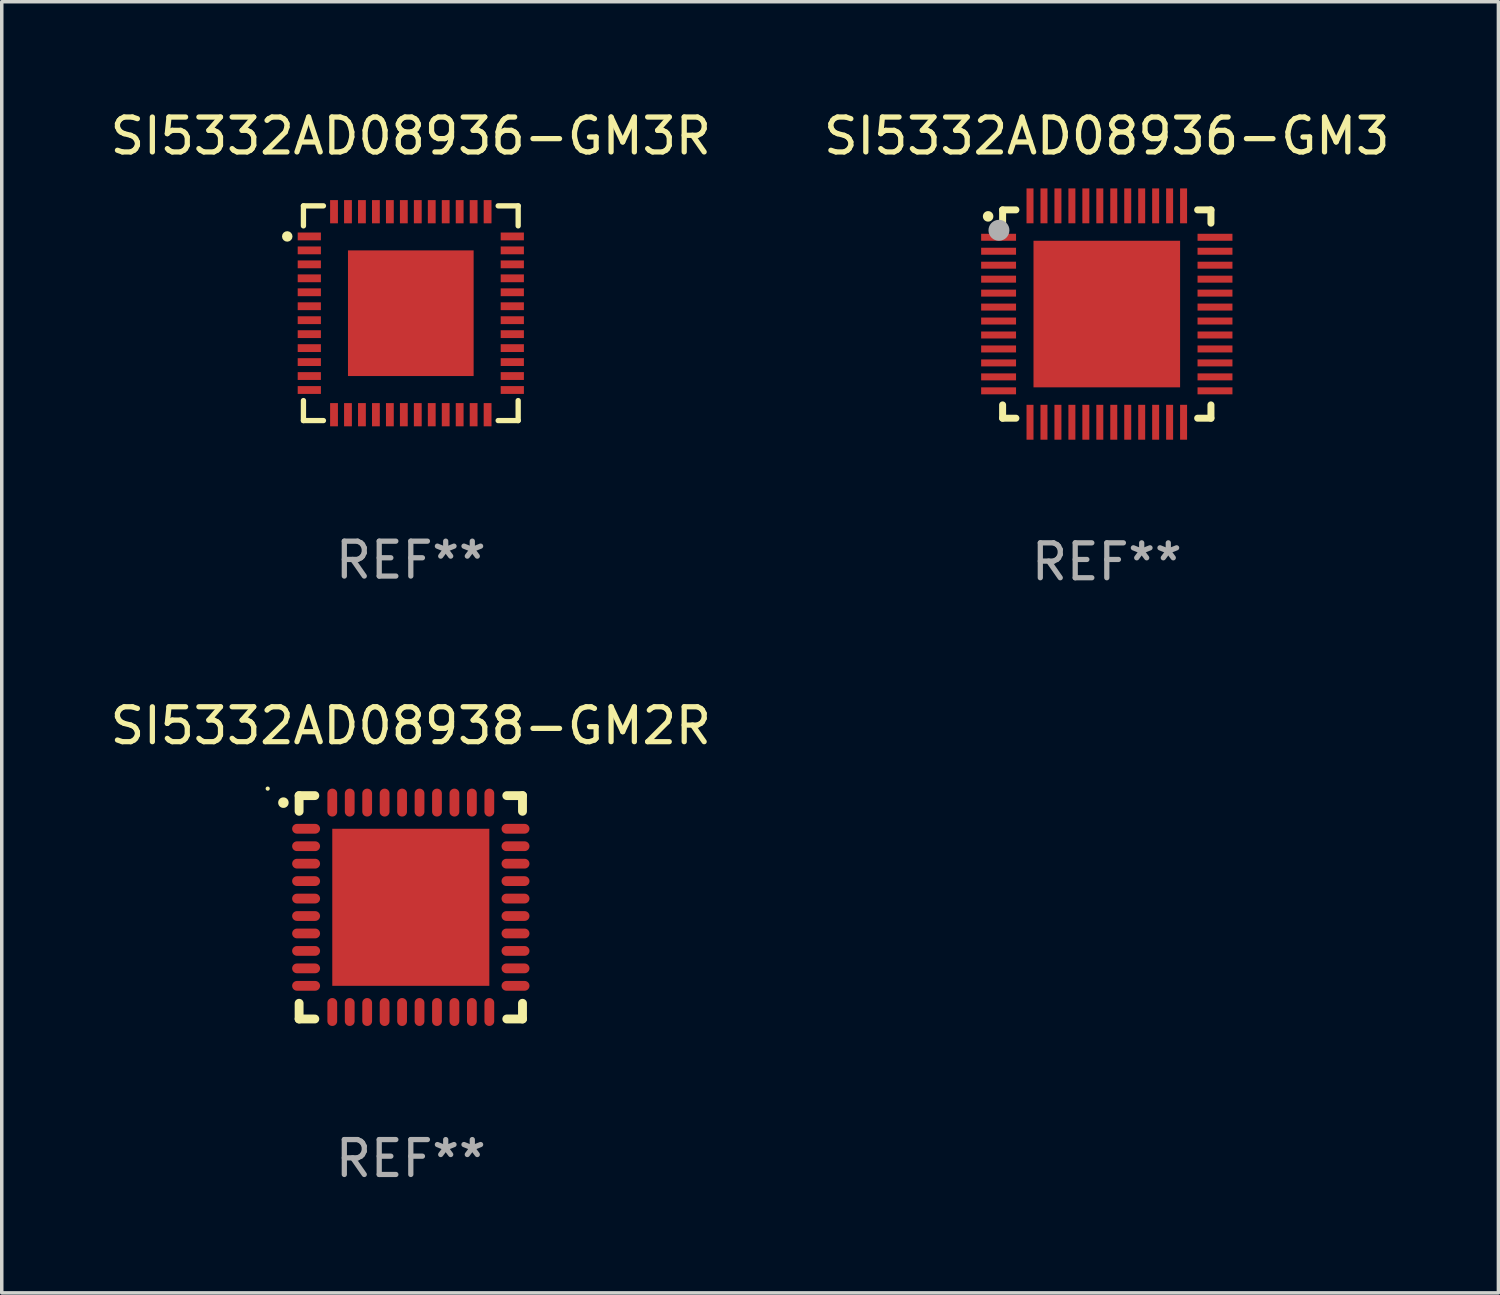
<source format=kicad_pcb>
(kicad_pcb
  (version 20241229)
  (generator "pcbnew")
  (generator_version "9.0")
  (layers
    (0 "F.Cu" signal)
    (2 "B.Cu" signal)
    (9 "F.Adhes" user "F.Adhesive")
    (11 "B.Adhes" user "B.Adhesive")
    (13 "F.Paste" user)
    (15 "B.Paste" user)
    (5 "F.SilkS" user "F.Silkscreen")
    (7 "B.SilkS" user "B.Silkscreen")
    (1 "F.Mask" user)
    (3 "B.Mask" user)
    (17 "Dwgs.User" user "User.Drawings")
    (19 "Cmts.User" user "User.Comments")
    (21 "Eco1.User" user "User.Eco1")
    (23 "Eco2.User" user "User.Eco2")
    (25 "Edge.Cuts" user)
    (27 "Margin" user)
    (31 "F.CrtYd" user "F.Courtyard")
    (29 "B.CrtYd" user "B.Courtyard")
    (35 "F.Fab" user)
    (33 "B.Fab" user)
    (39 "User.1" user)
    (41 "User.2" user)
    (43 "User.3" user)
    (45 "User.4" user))
  (footprint "SI5332AD08936-GM3R"
    (layer "F.Cu")
    (at 8.72 5.924)
    (property "Reference" "SI5332AD08936-GM3R" (at 0 -5.076 0) (layer "F.SilkS") (effects (font (size 1 1) (thickness 0.15))))
    (attr through_hole)
    (fp_line (start -3.076 -3.076) (end -3.076 -2.503) (stroke (width 0.152) (type solid)) (layer "F.SilkS"))
    (fp_line (start -3.076 3.076) (end -3.076 2.503) (stroke (width 0.152) (type solid)) (layer "F.SilkS"))
    (fp_line (start -2.503 -3.076) (end -3.076 -3.076) (stroke (width 0.152) (type solid)) (layer "F.SilkS"))
    (fp_line (start -2.503 3.076) (end -3.076 3.076) (stroke (width 0.152) (type solid)) (layer "F.SilkS"))
    (fp_line (start 2.503 -3.076) (end 3.076 -3.076) (stroke (width 0.152) (type solid)) (layer "F.SilkS"))
    (fp_line (start 2.503 3.076) (end 3.076 3.076) (stroke (width 0.152) (type solid)) (layer "F.SilkS"))
    (fp_line (start 3.076 -3.076) (end 3.076 -2.503) (stroke (width 0.152) (type solid)) (layer "F.SilkS"))
    (fp_line (start 3.076 3.076) (end 3.076 2.503) (stroke (width 0.152) (type solid)) (layer "F.SilkS"))
    (fp_circle (center -3.54 -2.2) (end -3.465 -2.2) (stroke (width 0.15) (type solid)) (fill no) (layer "F.SilkS"))
    (fp_text user "REF**" (at 0 7.076 0) (layer "F.Fab") (effects (font (size 1 1) (thickness 0.15))))
    (pad "1" smd rect (at -2.908 -2.2) (size 0.665 0.224) (layers "F.Cu" "F.Mask" "F.Paste"))
    (pad "2" smd rect (at -2.908 -1.8) (size 0.665 0.224) (layers "F.Cu" "F.Mask" "F.Paste"))
    (pad "3" smd rect (at -2.908 -1.4) (size 0.665 0.224) (layers "F.Cu" "F.Mask" "F.Paste"))
    (pad "4" smd rect (at -2.908 -1) (size 0.665 0.224) (layers "F.Cu" "F.Mask" "F.Paste"))
    (pad "5" smd rect (at -2.908 -0.6) (size 0.665 0.224) (layers "F.Cu" "F.Mask" "F.Paste"))
    (pad "6" smd rect (at -2.908 -0.2) (size 0.665 0.224) (layers "F.Cu" "F.Mask" "F.Paste"))
    (pad "7" smd rect (at -2.908 0.2) (size 0.665 0.224) (layers "F.Cu" "F.Mask" "F.Paste"))
    (pad "8" smd rect (at -2.908 0.6) (size 0.665 0.224) (layers "F.Cu" "F.Mask" "F.Paste"))
    (pad "9" smd rect (at -2.908 1) (size 0.665 0.224) (layers "F.Cu" "F.Mask" "F.Paste"))
    (pad "10" smd rect (at -2.908 1.4) (size 0.665 0.224) (layers "F.Cu" "F.Mask" "F.Paste"))
    (pad "11" smd rect (at -2.908 1.8) (size 0.665 0.224) (layers "F.Cu" "F.Mask" "F.Paste"))
    (pad "12" smd rect (at -2.908 2.2) (size 0.665 0.224) (layers "F.Cu" "F.Mask" "F.Paste"))
    (pad "13" smd rect (at -2.2 2.908) (size 0.224 0.665) (layers "F.Cu" "F.Mask" "F.Paste"))
    (pad "14" smd rect (at -1.8 2.908) (size 0.224 0.665) (layers "F.Cu" "F.Mask" "F.Paste"))
    (pad "15" smd rect (at -1.4 2.908) (size 0.224 0.665) (layers "F.Cu" "F.Mask" "F.Paste"))
    (pad "16" smd rect (at -1 2.908) (size 0.224 0.665) (layers "F.Cu" "F.Mask" "F.Paste"))
    (pad "17" smd rect (at -0.6 2.908) (size 0.224 0.665) (layers "F.Cu" "F.Mask" "F.Paste"))
    (pad "18" smd rect (at -0.2 2.908) (size 0.224 0.665) (layers "F.Cu" "F.Mask" "F.Paste"))
    (pad "19" smd rect (at 0.2 2.908) (size 0.224 0.665) (layers "F.Cu" "F.Mask" "F.Paste"))
    (pad "20" smd rect (at 0.6 2.908) (size 0.224 0.665) (layers "F.Cu" "F.Mask" "F.Paste"))
    (pad "21" smd rect (at 1 2.908) (size 0.224 0.665) (layers "F.Cu" "F.Mask" "F.Paste"))
    (pad "22" smd rect (at 1.4 2.908) (size 0.224 0.665) (layers "F.Cu" "F.Mask" "F.Paste"))
    (pad "23" smd rect (at 1.8 2.908) (size 0.224 0.665) (layers "F.Cu" "F.Mask" "F.Paste"))
    (pad "24" smd rect (at 2.2 2.908) (size 0.224 0.665) (layers "F.Cu" "F.Mask" "F.Paste"))
    (pad "25" smd rect (at 2.908 2.2) (size 0.665 0.224) (layers "F.Cu" "F.Mask" "F.Paste"))
    (pad "26" smd rect (at 2.908 1.8) (size 0.665 0.224) (layers "F.Cu" "F.Mask" "F.Paste"))
    (pad "27" smd rect (at 2.908 1.4) (size 0.665 0.224) (layers "F.Cu" "F.Mask" "F.Paste"))
    (pad "28" smd rect (at 2.908 1) (size 0.665 0.224) (layers "F.Cu" "F.Mask" "F.Paste"))
    (pad "29" smd rect (at 2.908 0.6) (size 0.665 0.224) (layers "F.Cu" "F.Mask" "F.Paste"))
    (pad "30" smd rect (at 2.908 0.2) (size 0.665 0.224) (layers "F.Cu" "F.Mask" "F.Paste"))
    (pad "31" smd rect (at 2.908 -0.2) (size 0.665 0.224) (layers "F.Cu" "F.Mask" "F.Paste"))
    (pad "32" smd rect (at 2.908 -0.6) (size 0.665 0.224) (layers "F.Cu" "F.Mask" "F.Paste"))
    (pad "33" smd rect (at 2.908 -1) (size 0.665 0.224) (layers "F.Cu" "F.Mask" "F.Paste"))
    (pad "34" smd rect (at 2.908 -1.4) (size 0.665 0.224) (layers "F.Cu" "F.Mask" "F.Paste"))
    (pad "35" smd rect (at 2.908 -1.8) (size 0.665 0.224) (layers "F.Cu" "F.Mask" "F.Paste"))
    (pad "36" smd rect (at 2.908 -2.2) (size 0.665 0.224) (layers "F.Cu" "F.Mask" "F.Paste"))
    (pad "37" smd rect (at 2.2 -2.908) (size 0.224 0.665) (layers "F.Cu" "F.Mask" "F.Paste"))
    (pad "38" smd rect (at 1.8 -2.908) (size 0.224 0.665) (layers "F.Cu" "F.Mask" "F.Paste"))
    (pad "39" smd rect (at 1.4 -2.908) (size 0.224 0.665) (layers "F.Cu" "F.Mask" "F.Paste"))
    (pad "40" smd rect (at 1 -2.908) (size 0.224 0.665) (layers "F.Cu" "F.Mask" "F.Paste"))
    (pad "41" smd rect (at 0.6 -2.908) (size 0.224 0.665) (layers "F.Cu" "F.Mask" "F.Paste"))
    (pad "42" smd rect (at 0.2 -2.908) (size 0.224 0.665) (layers "F.Cu" "F.Mask" "F.Paste"))
    (pad "43" smd rect (at -0.2 -2.908) (size 0.224 0.665) (layers "F.Cu" "F.Mask" "F.Paste"))
    (pad "44" smd rect (at -0.6 -2.908) (size 0.224 0.665) (layers "F.Cu" "F.Mask" "F.Paste"))
    (pad "45" smd rect (at -1 -2.908) (size 0.224 0.665) (layers "F.Cu" "F.Mask" "F.Paste"))
    (pad "46" smd rect (at -1.4 -2.908) (size 0.224 0.665) (layers "F.Cu" "F.Mask" "F.Paste"))
    (pad "47" smd rect (at -1.8 -2.908) (size 0.224 0.665) (layers "F.Cu" "F.Mask" "F.Paste"))
    (pad "48" smd rect (at -2.2 -2.908) (size 0.224 0.665) (layers "F.Cu" "F.Mask" "F.Paste"))
    (pad "49" smd rect (at 0 0) (size 3.6 3.6) (layers "F.Cu" "F.Mask" "F.Paste")))
  (footprint "SI5332AD08936-GM3"
    (layer "F.Cu")
    (at 28.661 5.948)
    (property "Reference" "SI5332AD08936-GM3" (at 0 -5.1 0) (layer "F.SilkS") (effects (font (size 1 1) (thickness 0.15))))
    (attr through_hole)
    (fp_line (start -2.985 -2.985) (end -2.604 -2.985) (stroke (width 0.2) (type solid)) (layer "F.SilkS"))
    (fp_line (start -2.985 -2.604) (end -2.985 -2.985) (stroke (width 0.2) (type solid)) (layer "F.SilkS"))
    (fp_line (start -2.985 2.984) (end -2.985 2.603) (stroke (width 0.2) (type solid)) (layer "F.SilkS"))
    (fp_line (start -2.604 2.984) (end -2.985 2.984) (stroke (width 0.2) (type solid)) (layer "F.SilkS"))
    (fp_line (start 2.603 -2.985) (end 2.984 -2.985) (stroke (width 0.2) (type solid)) (layer "F.SilkS"))
    (fp_line (start 2.984 -2.985) (end 2.984 -2.604) (stroke (width 0.2) (type solid)) (layer "F.SilkS"))
    (fp_line (start 2.984 2.603) (end 2.984 2.984) (stroke (width 0.2) (type solid)) (layer "F.SilkS"))
    (fp_line (start 2.984 2.984) (end 2.603 2.984) (stroke (width 0.2) (type solid)) (layer "F.SilkS"))
    (fp_arc (start -3.400076 -2.797562) (mid -3.400081 -2.798806) (end -3.400076 -2.800051) (stroke (width 0.3) (type solid)) (layer "F.SilkS"))
    (fp_circle (center -3 -3) (end -2.97 -3) (stroke (width 0.06) (type solid)) (fill no) (layer "F.SilkS"))
    (fp_circle (center -3.09 -2.4) (end -2.94 -2.4) (stroke (width 0.3) (type solid)) (fill no) (layer "F.Fab"))
    (fp_text user "REF**" (at 0 7.1 0) (layer "F.Fab") (effects (font (size 1 1) (thickness 0.15))))
    (pad "1" smd rect (at -3.1 -2.2) (size 1 0.2) (layers "F.Cu" "F.Mask" "F.Paste"))
    (pad "2" smd rect (at -3.1 -1.8) (size 1 0.2) (layers "F.Cu" "F.Mask" "F.Paste"))
    (pad "3" smd rect (at -3.1 -1.4) (size 1 0.2) (layers "F.Cu" "F.Mask" "F.Paste"))
    (pad "4" smd rect (at -3.1 -1) (size 1 0.2) (layers "F.Cu" "F.Mask" "F.Paste"))
    (pad "5" smd rect (at -3.1 -0.6) (size 1 0.2) (layers "F.Cu" "F.Mask" "F.Paste"))
    (pad "6" smd rect (at -3.1 -0.2) (size 1 0.2) (layers "F.Cu" "F.Mask" "F.Paste"))
    (pad "7" smd rect (at -3.1 0.2) (size 1 0.2) (layers "F.Cu" "F.Mask" "F.Paste"))
    (pad "8" smd rect (at -3.1 0.6) (size 1 0.2) (layers "F.Cu" "F.Mask" "F.Paste"))
    (pad "9" smd rect (at -3.1 1) (size 1 0.2) (layers "F.Cu" "F.Mask" "F.Paste"))
    (pad "10" smd rect (at -3.1 1.4) (size 1 0.2) (layers "F.Cu" "F.Mask" "F.Paste"))
    (pad "11" smd rect (at -3.1 1.8) (size 1 0.2) (layers "F.Cu" "F.Mask" "F.Paste"))
    (pad "12" smd rect (at -3.1 2.2) (size 1 0.2) (layers "F.Cu" "F.Mask" "F.Paste"))
    (pad "13" smd rect (at -2.2 3.1) (size 0.2 1) (layers "F.Cu" "F.Mask" "F.Paste"))
    (pad "14" smd rect (at -1.8 3.1) (size 0.2 1) (layers "F.Cu" "F.Mask" "F.Paste"))
    (pad "15" smd rect (at -1.4 3.1) (size 0.2 1) (layers "F.Cu" "F.Mask" "F.Paste"))
    (pad "16" smd rect (at -1 3.1) (size 0.2 1) (layers "F.Cu" "F.Mask" "F.Paste"))
    (pad "17" smd rect (at -0.6 3.1) (size 0.2 1) (layers "F.Cu" "F.Mask" "F.Paste"))
    (pad "18" smd rect (at -0.2 3.1) (size 0.2 1) (layers "F.Cu" "F.Mask" "F.Paste"))
    (pad "19" smd rect (at 0.2 3.1) (size 0.2 1) (layers "F.Cu" "F.Mask" "F.Paste"))
    (pad "20" smd rect (at 0.6 3.1) (size 0.2 1) (layers "F.Cu" "F.Mask" "F.Paste"))
    (pad "21" smd rect (at 1 3.1) (size 0.2 1) (layers "F.Cu" "F.Mask" "F.Paste"))
    (pad "22" smd rect (at 1.4 3.1) (size 0.2 1) (layers "F.Cu" "F.Mask" "F.Paste"))
    (pad "23" smd rect (at 1.8 3.1) (size 0.2 1) (layers "F.Cu" "F.Mask" "F.Paste"))
    (pad "24" smd rect (at 2.2 3.1) (size 0.2 1) (layers "F.Cu" "F.Mask" "F.Paste"))
    (pad "25" smd rect (at 3.1 2.2) (size 1 0.2) (layers "F.Cu" "F.Mask" "F.Paste"))
    (pad "26" smd rect (at 3.1 1.8) (size 1 0.2) (layers "F.Cu" "F.Mask" "F.Paste"))
    (pad "27" smd rect (at 3.1 1.4) (size 1 0.2) (layers "F.Cu" "F.Mask" "F.Paste"))
    (pad "28" smd rect (at 3.1 1) (size 1 0.2) (layers "F.Cu" "F.Mask" "F.Paste"))
    (pad "29" smd rect (at 3.1 0.6) (size 1 0.2) (layers "F.Cu" "F.Mask" "F.Paste"))
    (pad "30" smd rect (at 3.1 0.2) (size 1 0.2) (layers "F.Cu" "F.Mask" "F.Paste"))
    (pad "31" smd rect (at 3.1 -0.2) (size 1 0.2) (layers "F.Cu" "F.Mask" "F.Paste"))
    (pad "32" smd rect (at 3.1 -0.6) (size 1 0.2) (layers "F.Cu" "F.Mask" "F.Paste"))
    (pad "33" smd rect (at 3.1 -1) (size 1 0.2) (layers "F.Cu" "F.Mask" "F.Paste"))
    (pad "34" smd rect (at 3.1 -1.4) (size 1 0.2) (layers "F.Cu" "F.Mask" "F.Paste"))
    (pad "35" smd rect (at 3.1 -1.8) (size 1 0.2) (layers "F.Cu" "F.Mask" "F.Paste"))
    (pad "36" smd rect (at 3.1 -2.2) (size 1 0.2) (layers "F.Cu" "F.Mask" "F.Paste"))
    (pad "37" smd rect (at 2.2 -3.1) (size 0.2 1) (layers "F.Cu" "F.Mask" "F.Paste"))
    (pad "38" smd rect (at 1.8 -3.1) (size 0.2 1) (layers "F.Cu" "F.Mask" "F.Paste"))
    (pad "39" smd rect (at 1.4 -3.1) (size 0.2 1) (layers "F.Cu" "F.Mask" "F.Paste"))
    (pad "40" smd rect (at 1 -3.1) (size 0.2 1) (layers "F.Cu" "F.Mask" "F.Paste"))
    (pad "41" smd rect (at 0.6 -3.1) (size 0.2 1) (layers "F.Cu" "F.Mask" "F.Paste"))
    (pad "42" smd rect (at 0.2 -3.1) (size 0.2 1) (layers "F.Cu" "F.Mask" "F.Paste"))
    (pad "43" smd rect (at -0.2 -3.1) (size 0.2 1) (layers "F.Cu" "F.Mask" "F.Paste"))
    (pad "44" smd rect (at -0.6 -3.1) (size 0.2 1) (layers "F.Cu" "F.Mask" "F.Paste"))
    (pad "45" smd rect (at -1 -3.1) (size 0.2 1) (layers "F.Cu" "F.Mask" "F.Paste"))
    (pad "46" smd rect (at -1.4 -3.1) (size 0.2 1) (layers "F.Cu" "F.Mask" "F.Paste"))
    (pad "47" smd rect (at -1.8 -3.1) (size 0.2 1) (layers "F.Cu" "F.Mask" "F.Paste"))
    (pad "48" smd rect (at -2.2 -3.1) (size 0.2 1) (layers "F.Cu" "F.Mask" "F.Paste"))
    (pad "49" smd rect (at -0.000127 0) (size 4.2 4.2) (layers "F.Cu" "F.Mask" "F.Paste")))
  (footprint "SI5332AD08938-GM2R"
    (layer "F.Cu")
    (at 8.72 22.945)
    (property "Reference" "SI5332AD08938-GM2R" (at 0 -5.2 0) (layer "F.SilkS") (effects (font (size 1 1) (thickness 0.15))))
    (attr through_hole)
    (fp_line (start -3.2 -3.2) (end -2.75 -3.2) (stroke (width 0.254) (type solid)) (layer "F.SilkS"))
    (fp_line (start -3.2 -2.75) (end -3.2 -3.2) (stroke (width 0.254) (type solid)) (layer "F.SilkS"))
    (fp_line (start -3.2 3.2) (end -3.2 2.75) (stroke (width 0.254) (type solid)) (layer "F.SilkS"))
    (fp_line (start -2.75 3.2) (end -3.2 3.2) (stroke (width 0.254) (type solid)) (layer "F.SilkS"))
    (fp_line (start 2.75 3.2) (end 3.2 3.2) (stroke (width 0.254) (type solid)) (layer "F.SilkS"))
    (fp_line (start 3.2 -3.2) (end 2.75 -3.2) (stroke (width 0.254) (type solid)) (layer "F.SilkS"))
    (fp_line (start 3.2 -2.75) (end 3.2 -3.2) (stroke (width 0.254) (type solid)) (layer "F.SilkS"))
    (fp_line (start 3.2 3.2) (end 3.2 2.75) (stroke (width 0.254) (type solid)) (layer "F.SilkS"))
    (fp_arc (start -3.649987 -2.997206) (mid -3.649992 -2.998476) (end -3.649987 -2.999746) (stroke (width 0.3) (type solid)) (layer "F.SilkS"))
    (fp_circle (center -4.1 -3.4) (end -4.07 -3.4) (stroke (width 0.06) (type solid)) (fill no) (layer "F.SilkS"))
    (fp_text user "REF**" (at 0 7.2 0) (layer "F.Fab") (effects (font (size 1 1) (thickness 0.15))))
    (pad "1" smd oval (at -3 -2.25 90) (size 0.28 0.8) (layers "F.Cu" "F.Mask" "F.Paste"))
    (pad "2" smd oval (at -3 -1.75 90) (size 0.28 0.8) (layers "F.Cu" "F.Mask" "F.Paste"))
    (pad "3" smd oval (at -3 -1.25 90) (size 0.28 0.8) (layers "F.Cu" "F.Mask" "F.Paste"))
    (pad "4" smd oval (at -3 -0.75 90) (size 0.28 0.8) (layers "F.Cu" "F.Mask" "F.Paste"))
    (pad "5" smd oval (at -3 -0.25 90) (size 0.28 0.8) (layers "F.Cu" "F.Mask" "F.Paste"))
    (pad "6" smd oval (at -3 0.25 90) (size 0.28 0.8) (layers "F.Cu" "F.Mask" "F.Paste"))
    (pad "7" smd oval (at -3 0.75 90) (size 0.28 0.8) (layers "F.Cu" "F.Mask" "F.Paste"))
    (pad "8" smd oval (at -3 1.25 90) (size 0.28 0.8) (layers "F.Cu" "F.Mask" "F.Paste"))
    (pad "9" smd oval (at -3 1.75 90) (size 0.28 0.8) (layers "F.Cu" "F.Mask" "F.Paste"))
    (pad "10" smd oval (at -3 2.25 90) (size 0.28 0.8) (layers "F.Cu" "F.Mask" "F.Paste"))
    (pad "11" smd oval (at -2.25 3) (size 0.28 0.8) (layers "F.Cu" "F.Mask" "F.Paste"))
    (pad "12" smd oval (at -1.75 3) (size 0.28 0.8) (layers "F.Cu" "F.Mask" "F.Paste"))
    (pad "13" smd oval (at -1.25 3) (size 0.28 0.8) (layers "F.Cu" "F.Mask" "F.Paste"))
    (pad "14" smd oval (at -0.75 3) (size 0.28 0.8) (layers "F.Cu" "F.Mask" "F.Paste"))
    (pad "15" smd oval (at -0.25 3) (size 0.28 0.8) (layers "F.Cu" "F.Mask" "F.Paste"))
    (pad "16" smd oval (at 0.25 3) (size 0.28 0.8) (layers "F.Cu" "F.Mask" "F.Paste"))
    (pad "17" smd oval (at 0.75 3) (size 0.28 0.8) (layers "F.Cu" "F.Mask" "F.Paste"))
    (pad "18" smd oval (at 1.25 3) (size 0.28 0.8) (layers "F.Cu" "F.Mask" "F.Paste"))
    (pad "19" smd oval (at 1.75 3) (size 0.28 0.8) (layers "F.Cu" "F.Mask" "F.Paste"))
    (pad "20" smd oval (at 2.25 3) (size 0.28 0.8) (layers "F.Cu" "F.Mask" "F.Paste"))
    (pad "21" smd oval (at 3 2.25 90) (size 0.28 0.8) (layers "F.Cu" "F.Mask" "F.Paste"))
    (pad "22" smd oval (at 3 1.75 90) (size 0.28 0.8) (layers "F.Cu" "F.Mask" "F.Paste"))
    (pad "23" smd oval (at 3 1.25 90) (size 0.28 0.8) (layers "F.Cu" "F.Mask" "F.Paste"))
    (pad "24" smd oval (at 3 0.75 90) (size 0.28 0.8) (layers "F.Cu" "F.Mask" "F.Paste"))
    (pad "25" smd oval (at 3 0.25 90) (size 0.28 0.8) (layers "F.Cu" "F.Mask" "F.Paste"))
    (pad "26" smd oval (at 3 -0.25 90) (size 0.28 0.8) (layers "F.Cu" "F.Mask" "F.Paste"))
    (pad "27" smd oval (at 3 -0.75 90) (size 0.28 0.8) (layers "F.Cu" "F.Mask" "F.Paste"))
    (pad "28" smd oval (at 3 -1.25 90) (size 0.28 0.8) (layers "F.Cu" "F.Mask" "F.Paste"))
    (pad "29" smd oval (at 3 -1.75 90) (size 0.28 0.8) (layers "F.Cu" "F.Mask" "F.Paste"))
    (pad "30" smd oval (at 3 -2.25 90) (size 0.28 0.8) (layers "F.Cu" "F.Mask" "F.Paste"))
    (pad "31" smd oval (at 2.25 -3) (size 0.28 0.8) (layers "F.Cu" "F.Mask" "F.Paste"))
    (pad "32" smd oval (at 1.75 -3) (size 0.28 0.8) (layers "F.Cu" "F.Mask" "F.Paste"))
    (pad "33" smd oval (at 1.25 -3) (size 0.28 0.8) (layers "F.Cu" "F.Mask" "F.Paste"))
    (pad "34" smd oval (at 0.75 -3) (size 0.28 0.8) (layers "F.Cu" "F.Mask" "F.Paste"))
    (pad "35" smd oval (at 0.25 -3) (size 0.28 0.8) (layers "F.Cu" "F.Mask" "F.Paste"))
    (pad "36" smd oval (at -0.25 -3) (size 0.28 0.8) (layers "F.Cu" "F.Mask" "F.Paste"))
    (pad "37" smd oval (at -0.75 -3) (size 0.28 0.8) (layers "F.Cu" "F.Mask" "F.Paste"))
    (pad "38" smd oval (at -1.25 -3) (size 0.28 0.8) (layers "F.Cu" "F.Mask" "F.Paste"))
    (pad "39" smd oval (at -1.75 -3) (size 0.28 0.8) (layers "F.Cu" "F.Mask" "F.Paste"))
    (pad "40" smd oval (at -2.25 -3) (size 0.28 0.8) (layers "F.Cu" "F.Mask" "F.Paste"))
    (pad "41" smd rect (at 0 0) (size 4.5 4.5) (layers "F.Cu" "F.Mask" "F.Paste")))
  (gr_rect
    (start -3 -3)
    (end 39.881 33.993)
    (stroke (width 0.1) (type default))
    (fill no)
    (layer "Edge.Cuts")))
</source>
